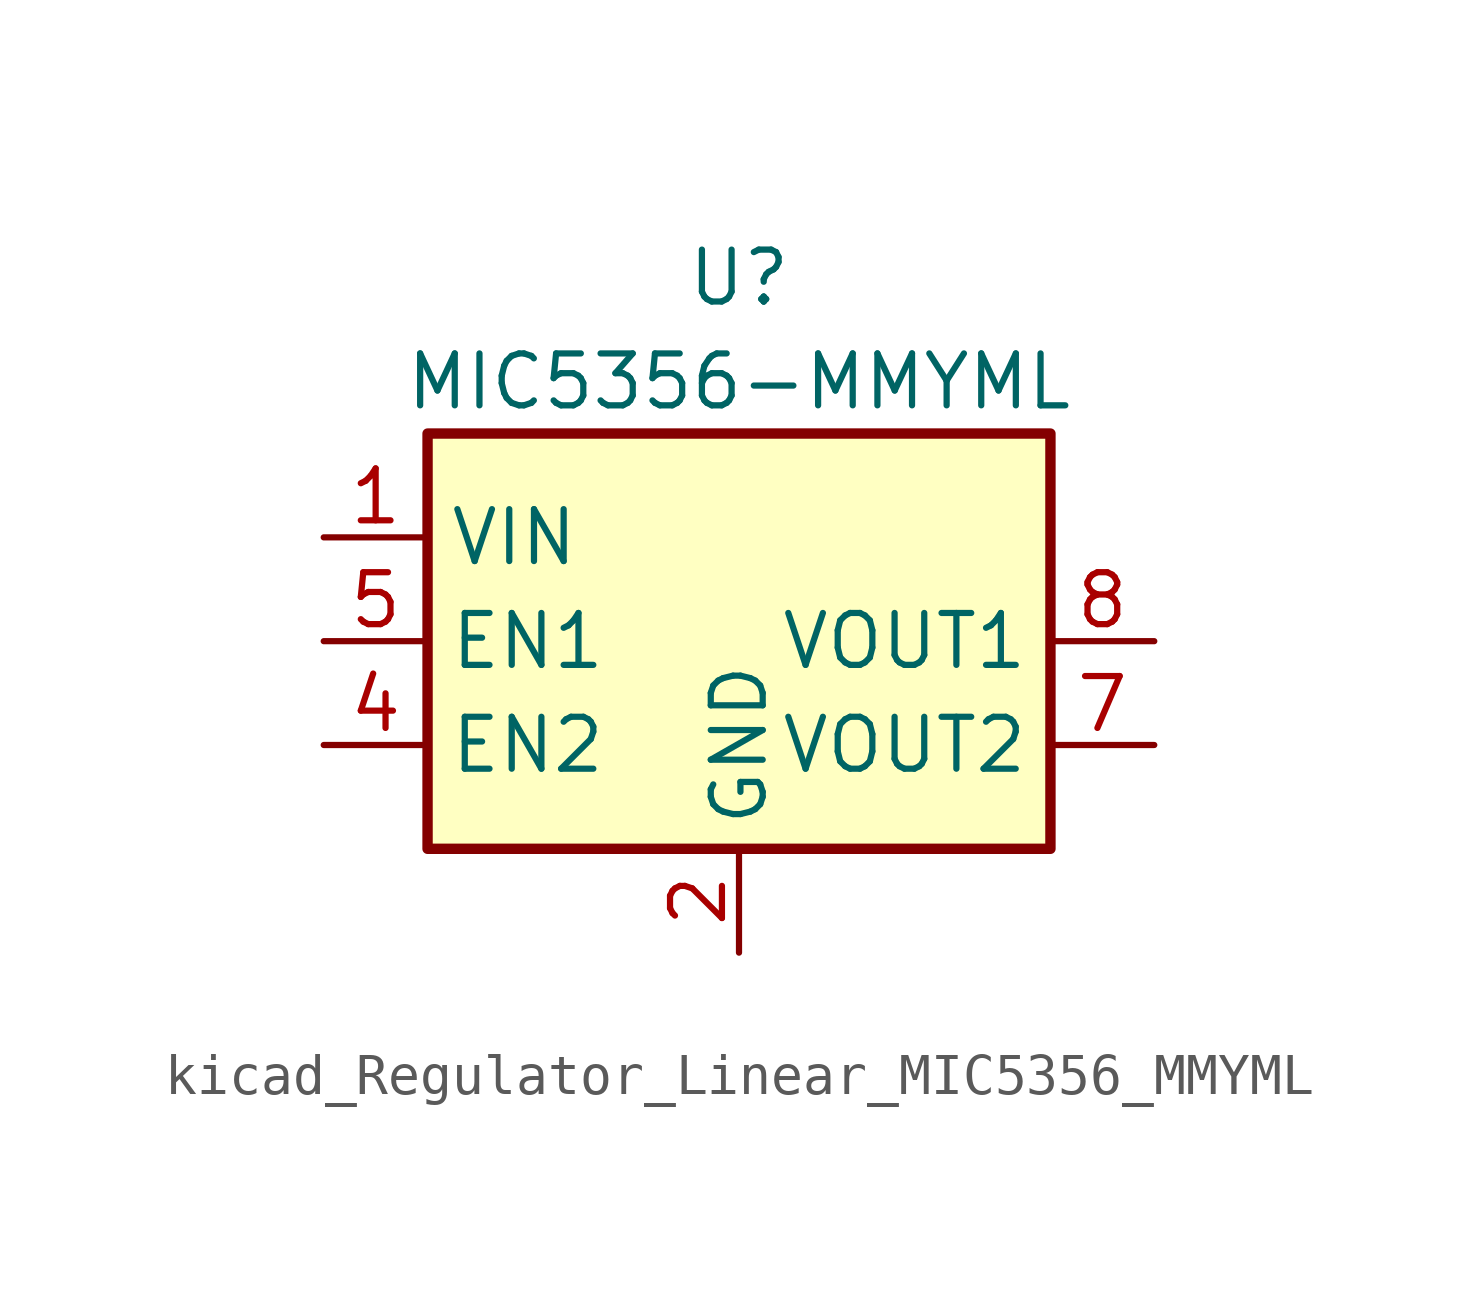
<source format=kicad_sym>
(kicad_symbol_lib
  (version 20220914)
  (generator kicad_symbol_editor)
  (symbol "kicad_Regulator_Linear_MIC5356_MMYML"
    (property "Reference" "U"
      (at 0 8.89 0)
      (effects (font (size 1.27 1.27))))
    (property "Value" "MIC5356-MMYML"
      (at 0 6.35 0)
      (effects (font (size 1.27 1.27))))
    (symbol "kicad_Regulator_Linear_MIC5356_MMYML_0_1"
      (rectangle (start -7.62 5.08) (end 7.62 -5.08) (stroke (width 0.254) (type default)) (fill (type background))))
    (symbol "kicad_Regulator_Linear_MIC5356_MMYML_1_1"
      (pin power_in line (at -10.16 2.54 0) (length 2.54) (name "VIN" (effects (font (size 1.27 1.27)))) (number "1" (effects (font (size 1.27 1.27)))))
      (pin power_in line (at 0 -7.62 90) (length 2.54) (name "GND" (effects (font (size 1.27 1.27)))) (number "2" (effects (font (size 1.27 1.27)))))
      (pin no_connect line (at 0 5.08 270) (length 2.54) hide (name "NC" (effects (font (size 1.27 1.27)))) (number "3" (effects (font (size 1.27 1.27)))))
      (pin input line (at -10.16 -2.54 0) (length 2.54) (name "EN2" (effects (font (size 1.27 1.27)))) (number "4" (effects (font (size 1.27 1.27)))))
      (pin input line (at -10.16 0 0) (length 2.54) (name "EN1" (effects (font (size 1.27 1.27)))) (number "5" (effects (font (size 1.27 1.27)))))
      (pin no_connect line (at 7.62 2.54 180) (length 2.54) hide (name "NC" (effects (font (size 1.27 1.27)))) (number "6" (effects (font (size 1.27 1.27)))))
      (pin power_out line (at 10.16 -2.54 180) (length 2.54) (name "VOUT2" (effects (font (size 1.27 1.27)))) (number "7" (effects (font (size 1.27 1.27)))))
      (pin power_out line (at 10.16 0 180) (length 2.54) (name "VOUT1" (effects (font (size 1.27 1.27)))) (number "8" (effects (font (size 1.27 1.27)))))
      (pin passive line (at 0 -7.62 90) (length 2.54) hide (name "GND" (effects (font (size 1.27 1.27)))) (number "9" (effects (font (size 1.27 1.27))))))))
</source>
